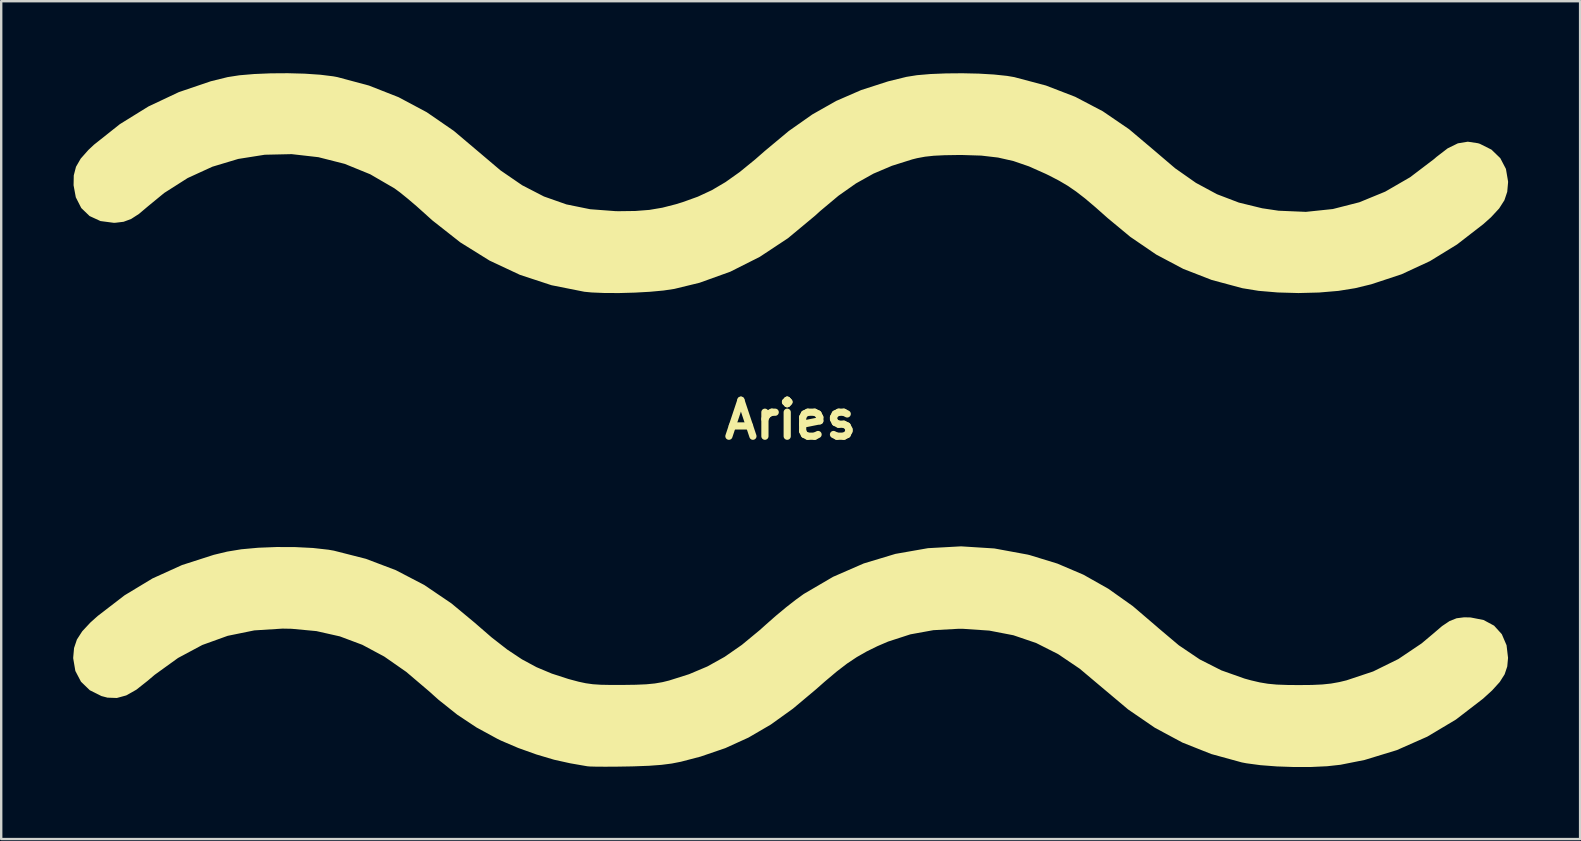
<source format=kicad_pcb>
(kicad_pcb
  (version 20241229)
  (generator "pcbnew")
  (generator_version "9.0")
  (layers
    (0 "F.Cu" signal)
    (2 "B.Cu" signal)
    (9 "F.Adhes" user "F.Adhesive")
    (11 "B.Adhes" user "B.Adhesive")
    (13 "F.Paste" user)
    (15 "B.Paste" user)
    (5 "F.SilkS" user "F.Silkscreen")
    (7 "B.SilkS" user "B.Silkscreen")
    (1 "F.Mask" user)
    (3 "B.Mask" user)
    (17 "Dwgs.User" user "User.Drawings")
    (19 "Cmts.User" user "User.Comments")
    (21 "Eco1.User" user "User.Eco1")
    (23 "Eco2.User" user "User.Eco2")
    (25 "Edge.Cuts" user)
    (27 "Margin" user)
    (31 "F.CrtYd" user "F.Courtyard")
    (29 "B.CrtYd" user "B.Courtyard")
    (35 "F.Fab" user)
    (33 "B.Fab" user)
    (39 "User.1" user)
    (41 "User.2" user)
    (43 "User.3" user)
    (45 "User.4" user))
  (footprint "Aries"
    (layer "F.Cu")
    (at 29.887 14.444)
    (property "Reference" "Aries" (at 0 0 0) (layer "F.SilkS") (effects (font (size 1.5 1.5) (thickness 0.3))))
    (attr board_only exclude_from_pos_files exclude_from_bom)
    (fp_poly (pts (xy -20.24 -14.425) (xy -19.593 -14.381) (xy -19.051 -14.314) (xy -18.881 -14.282) (xy -17.567 -13.93) (xy -16.333 -13.445) (xy -15.161 -12.82) (xy -14.033 -12.043) (xy -12.996 -11.167) (xy -12.084 -10.394) (xy -11.185 -9.777) (xy -10.278 -9.309) (xy -9.341 -8.979) (xy -8.353 -8.778) (xy -7.293 -8.698) (xy -7.154 -8.696) (xy -6.469 -8.705) (xy -5.886 -8.75) (xy -5.343 -8.842) (xy -4.774 -8.988) (xy -4.487 -9.077) (xy -3.866 -9.301) (xy -3.285 -9.571) (xy -2.715 -9.907) (xy -2.124 -10.326) (xy -1.48 -10.851) (xy -1.08 -11.201) (xy -0.08 -12.035) (xy 0.901 -12.725) (xy 1.896 -13.289) (xy 2.938 -13.742) (xy 4.06 -14.104) (xy 4.824 -14.292) (xy 5.263 -14.362) (xy 5.826 -14.41) (xy 6.472 -14.436) (xy 7.156 -14.442) (xy 7.837 -14.427) (xy 8.47 -14.39) (xy 9.014 -14.333) (xy 9.313 -14.282) (xy 10.634 -13.932) (xy 11.855 -13.461) (xy 13.003 -12.859) (xy 14.099 -12.111) (xy 15.128 -11.242) (xy 16.017 -10.484) (xy 16.885 -9.875) (xy 17.761 -9.403) (xy 18.671 -9.055) (xy 19.642 -8.818) (xy 20.327 -8.716) (xy 21.463 -8.668) (xy 22.587 -8.786) (xy 23.692 -9.068) (xy 24.768 -9.51) (xy 25.807 -10.111) (xy 26.802 -10.867) (xy 26.904 -10.956) (xy 27.37 -11.314) (xy 27.796 -11.523) (xy 28.21 -11.591) (xy 28.635 -11.527) (xy 28.711 -11.503) (xy 29.196 -11.26) (xy 29.563 -10.905) (xy 29.798 -10.457) (xy 29.887 -9.935) (xy 29.887 -9.894) (xy 29.852 -9.502) (xy 29.734 -9.151) (xy 29.514 -8.808) (xy 29.175 -8.442) (xy 28.862 -8.162) (xy 27.763 -7.311) (xy 26.634 -6.617) (xy 25.45 -6.068) (xy 24.187 -5.651) (xy 23.515 -5.488) (xy 22.818 -5.376) (xy 22.014 -5.308) (xy 21.155 -5.286) (xy 20.297 -5.31) (xy 19.494 -5.378) (xy 18.819 -5.488) (xy 17.542 -5.831) (xy 16.355 -6.293) (xy 15.232 -6.888) (xy 14.148 -7.628) (xy 13.209 -8.407) (xy 12.691 -8.866) (xy 12.262 -9.229) (xy 11.888 -9.518) (xy 11.539 -9.757) (xy 11.181 -9.968) (xy 10.782 -10.176) (xy 10.625 -10.252) (xy 9.927 -10.563) (xy 9.282 -10.785) (xy 8.638 -10.931) (xy 7.942 -11.012) (xy 7.144 -11.037) (xy 6.985 -11.037) (xy 6.411 -11.028) (xy 5.962 -11.006) (xy 5.596 -10.966) (xy 5.268 -10.905) (xy 5.065 -10.854) (xy 4.221 -10.588) (xy 3.451 -10.261) (xy 2.72 -9.852) (xy 1.992 -9.339) (xy 1.232 -8.703) (xy 1.016 -8.507) (xy -0.112 -7.57) (xy -1.286 -6.794) (xy -2.512 -6.176) (xy -3.796 -5.714) (xy -4.849 -5.458) (xy -5.298 -5.391) (xy -5.862 -5.339) (xy -6.492 -5.304) (xy -7.139 -5.286) (xy -7.753 -5.288) (xy -8.285 -5.31) (xy -8.594 -5.34) (xy -9.961 -5.612) (xy -11.278 -6.045) (xy -12.544 -6.639) (xy -13.759 -7.395) (xy -14.925 -8.312) (xy -15.232 -8.589) (xy -15.587 -8.907) (xy -15.95 -9.216) (xy -16.275 -9.479) (xy -16.502 -9.646) (xy -17.514 -10.234) (xy -18.576 -10.667) (xy -19.673 -10.946) (xy -20.788 -11.073) (xy -21.906 -11.048) (xy -23.012 -10.873) (xy -24.089 -10.549) (xy -25.121 -10.076) (xy -26.094 -9.457) (xy -26.763 -8.908) (xy -27.149 -8.582) (xy -27.476 -8.371) (xy -27.789 -8.255) (xy -28.128 -8.214) (xy -28.205 -8.213) (xy -28.752 -8.285) (xy -29.205 -8.494) (xy -29.551 -8.827) (xy -29.779 -9.274) (xy -29.872 -9.775) (xy -29.864 -10.188) (xy -29.771 -10.546) (xy -29.574 -10.887) (xy -29.255 -11.247) (xy -29.023 -11.465) (xy -27.941 -12.324) (xy -26.755 -13.058) (xy -25.485 -13.657) (xy -24.154 -14.109) (xy -23.453 -14.282) (xy -22.964 -14.358) (xy -22.353 -14.41) (xy -21.665 -14.439) (xy -20.946 -14.444)) (stroke (width 0) (type solid)) (fill yes) (layer "F.SilkS"))
    (fp_poly (pts (xy 8.487 5.354) (xy 9.871 5.609) (xy 9.961 5.631) (xy 11.114 5.985) (xy 12.197 6.447) (xy 13.235 7.033) (xy 14.254 7.756) (xy 15.278 8.632) (xy 15.299 8.652) (xy 16.171 9.388) (xy 17.043 9.976) (xy 17.945 10.433) (xy 18.91 10.775) (xy 19.177 10.848) (xy 19.539 10.933) (xy 19.881 10.99) (xy 20.251 11.025) (xy 20.699 11.041) (xy 21.167 11.045) (xy 21.718 11.04) (xy 22.149 11.02) (xy 22.511 10.982) (xy 22.853 10.921) (xy 23.156 10.848) (xy 24.266 10.478) (xy 25.318 9.96) (xy 26.283 9.311) (xy 26.763 8.908) (xy 27.138 8.587) (xy 27.45 8.378) (xy 27.742 8.262) (xy 28.058 8.222) (xy 28.324 8.228) (xy 28.866 8.334) (xy 29.304 8.57) (xy 29.626 8.925) (xy 29.824 9.386) (xy 29.886 9.912) (xy 29.853 10.271) (xy 29.744 10.596) (xy 29.54 10.918) (xy 29.223 11.267) (xy 28.845 11.612) (xy 27.717 12.48) (xy 26.521 13.194) (xy 25.253 13.755) (xy 23.91 14.165) (xy 22.905 14.365) (xy 22.351 14.426) (xy 21.691 14.457) (xy 20.973 14.459) (xy 20.25 14.434) (xy 19.572 14.382) (xy 18.991 14.304) (xy 18.796 14.267) (xy 17.524 13.918) (xy 16.323 13.441) (xy 15.175 12.825) (xy 14.06 12.061) (xy 12.96 11.136) (xy 12.954 11.131) (xy 12.043 10.364) (xy 11.142 9.755) (xy 10.228 9.293) (xy 9.28 8.97) (xy 8.275 8.776) (xy 7.189 8.702) (xy 6.985 8.701) (xy 5.945 8.758) (xy 4.988 8.932) (xy 4.061 9.233) (xy 3.614 9.425) (xy 3.165 9.646) (xy 2.755 9.88) (xy 2.35 10.15) (xy 1.918 10.482) (xy 1.425 10.897) (xy 1.054 11.224) (xy 0.097 12.027) (xy -0.828 12.691) (xy -1.757 13.233) (xy -2.722 13.672) (xy -3.757 14.026) (xy -4.572 14.239) (xy -4.954 14.314) (xy -5.384 14.369) (xy -5.898 14.407) (xy -6.534 14.431) (xy -6.773 14.436) (xy -7.272 14.444) (xy -7.724 14.446) (xy -8.098 14.444) (xy -8.36 14.437) (xy -8.467 14.428) (xy -8.666 14.394) (xy -8.957 14.343) (xy -9.186 14.303) (xy -9.854 14.155) (xy -10.597 13.934) (xy -11.351 13.664) (xy -12.051 13.365) (xy -12.219 13.283) (xy -13.088 12.81) (xy -13.884 12.282) (xy -14.664 11.661) (xy -15.079 11.29) (xy -16.013 10.496) (xy -16.928 9.858) (xy -17.843 9.368) (xy -18.779 9.017) (xy -19.755 8.797) (xy -20.791 8.7) (xy -21.167 8.693) (xy -22.342 8.767) (xy -23.453 8.994) (xy -24.509 9.375) (xy -25.52 9.916) (xy -26.495 10.619) (xy -26.782 10.863) (xy -27.258 11.239) (xy -27.678 11.476) (xy -28.069 11.583) (xy -28.459 11.569) (xy -28.711 11.503) (xy -29.196 11.26) (xy -29.563 10.905) (xy -29.798 10.457) (xy -29.887 9.935) (xy -29.887 9.894) (xy -29.852 9.501) (xy -29.733 9.148) (xy -29.511 8.804) (xy -29.169 8.437) (xy -28.866 8.166) (xy -27.748 7.306) (xy -26.585 6.603) (xy -25.354 6.045) (xy -24.033 5.62) (xy -23.471 5.485) (xy -22.883 5.388) (xy -22.181 5.324) (xy -21.415 5.294) (xy -20.638 5.297) (xy -19.901 5.334) (xy -19.256 5.406) (xy -19.027 5.446) (xy -17.696 5.785) (xy -16.448 6.258) (xy -15.266 6.874) (xy -14.132 7.642) (xy -13.178 8.434) (xy -12.458 9.058) (xy -11.807 9.565) (xy -11.193 9.973) (xy -10.584 10.301) (xy -9.95 10.567) (xy -9.259 10.791) (xy -9.174 10.814) (xy -8.829 10.906) (xy -8.533 10.969) (xy -8.24 11.01) (xy -7.907 11.032) (xy -7.489 11.04) (xy -7.027 11.04) (xy -6.457 11.032) (xy -6.014 11.013) (xy -5.656 10.978) (xy -5.342 10.924) (xy -5.065 10.856) (xy -4.231 10.592) (xy -3.471 10.271) (xy -2.751 9.87) (xy -2.033 9.371) (xy -1.281 8.75) (xy -1.016 8.512) (xy -0.622 8.165) (xy -0.199 7.813) (xy 0.205 7.497) (xy 0.538 7.256) (xy 0.55 7.248) (xy 1.768 6.535) (xy 3.044 5.979) (xy 4.366 5.58) (xy 5.722 5.342) (xy 7.099 5.266)) (stroke (width 0) (type solid)) (fill yes) (layer "F.SilkS")))
  (gr_rect
    (start -3 -3)
    (end 62.775 31.903)
    (stroke (width 0.1) (type default))
    (fill no)
    (layer "Edge.Cuts")))
</source>
